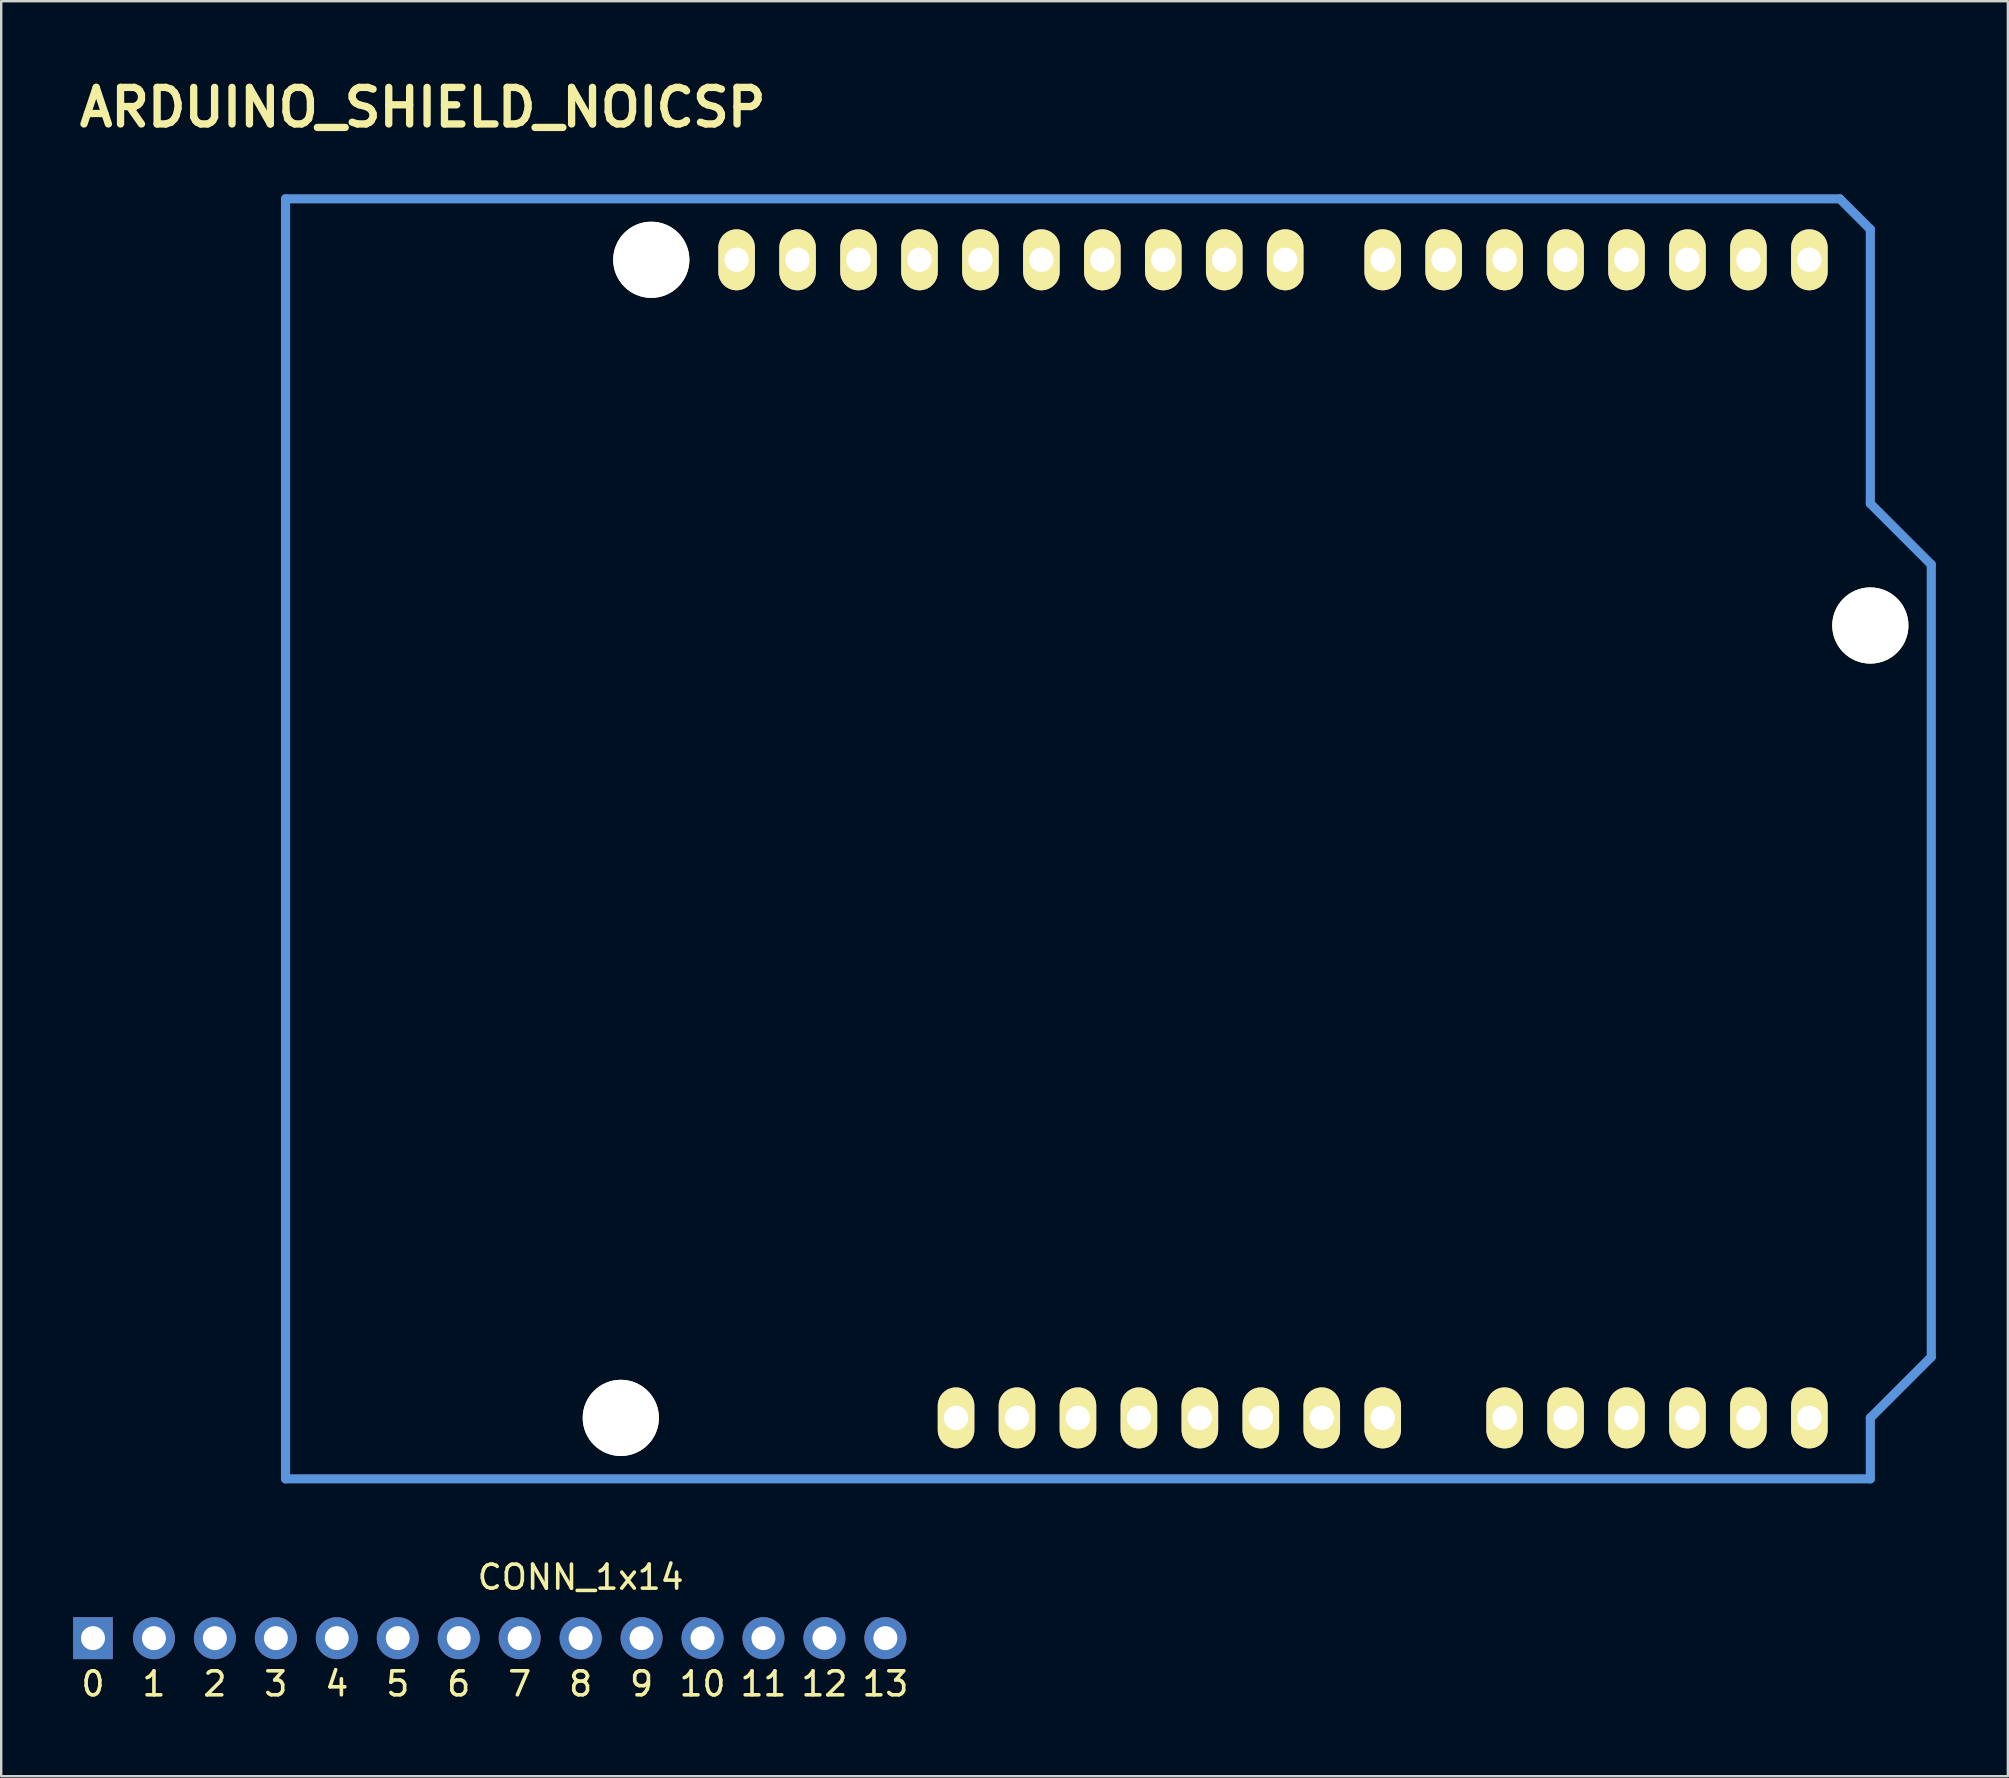
<source format=kicad_pcb>
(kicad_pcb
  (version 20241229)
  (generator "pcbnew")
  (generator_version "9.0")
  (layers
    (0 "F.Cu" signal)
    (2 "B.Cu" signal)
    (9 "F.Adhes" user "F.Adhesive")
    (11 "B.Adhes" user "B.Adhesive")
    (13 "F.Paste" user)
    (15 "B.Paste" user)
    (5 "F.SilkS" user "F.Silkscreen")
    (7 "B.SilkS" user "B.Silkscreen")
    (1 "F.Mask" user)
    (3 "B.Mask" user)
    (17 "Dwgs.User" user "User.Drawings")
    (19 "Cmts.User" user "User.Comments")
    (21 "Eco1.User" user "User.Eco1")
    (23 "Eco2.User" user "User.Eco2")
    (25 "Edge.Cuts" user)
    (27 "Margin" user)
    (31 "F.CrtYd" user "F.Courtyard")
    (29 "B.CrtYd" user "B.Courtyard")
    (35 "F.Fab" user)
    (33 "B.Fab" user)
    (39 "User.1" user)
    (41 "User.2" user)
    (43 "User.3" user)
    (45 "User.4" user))
  (footprint "CONN_1x14"
    (layer "F.Cu")
    (at 17.335 65.215)
    (property "Reference" "CONN_1x14" (at 3.81 -2.54 0) (layer "F.SilkS") (effects (font (size 1 1) (thickness 0.15))))
    (attr through_hole)
    (fp_text user "0" (at -16.51 1.905 0) (layer "F.SilkS") (effects (font (size 1 1) (thickness 0.15))))
    (fp_text user "9" (at 6.35 1.905 0) (layer "F.SilkS") (effects (font (size 1 1) (thickness 0.15))))
    (fp_text user "13" (at 16.51 1.905 0) (layer "F.SilkS") (effects (font (size 1 1) (thickness 0.15))))
    (fp_text user "11" (at 11.43 1.905 0) (layer "F.SilkS") (effects (font (size 1 1) (thickness 0.15))))
    (fp_text user "1" (at -13.97 1.905 0) (layer "F.SilkS") (effects (font (size 1 1) (thickness 0.15))))
    (fp_text user "8" (at 3.81 1.905 0) (layer "F.SilkS") (effects (font (size 1 1) (thickness 0.15))))
    (fp_text user "7" (at 1.27 1.905 0) (layer "F.SilkS") (effects (font (size 1 1) (thickness 0.15))))
    (fp_text user "12" (at 13.97 1.905 0) (layer "F.SilkS") (effects (font (size 1 1) (thickness 0.15))))
    (fp_text user "4" (at -6.35 1.905 0) (layer "F.SilkS") (effects (font (size 1 1) (thickness 0.15))))
    (fp_text user "10" (at 8.89 1.905 0) (layer "F.SilkS") (effects (font (size 1 1) (thickness 0.15))))
    (fp_text user "6" (at -1.27 1.905 0) (layer "F.SilkS") (effects (font (size 1 1) (thickness 0.15))))
    (fp_text user "2" (at -11.43 1.905 0) (layer "F.SilkS") (effects (font (size 1 1) (thickness 0.15))))
    (fp_text user "5" (at -3.81 1.905 0) (layer "F.SilkS") (effects (font (size 1 1) (thickness 0.15))))
    (fp_text user "3" (at -8.89 1.905 0) (layer "F.SilkS") (effects (font (size 1 1) (thickness 0.15))))
    (pad "1" thru_hole rect (at -16.51 0) (size 1.65 1.75) (drill 1) (layers "*.Cu" "*.Mask"))
    (pad "2" thru_hole circle (at -13.97 0) (size 1.75 1.75) (drill 1) (layers "*.Cu" "*.Mask"))
    (pad "3" thru_hole circle (at -11.43 0) (size 1.75 1.75) (drill 1) (layers "*.Cu" "*.Mask"))
    (pad "4" thru_hole circle (at -8.89 0) (size 1.75 1.75) (drill 1) (layers "*.Cu" "*.Mask"))
    (pad "5" thru_hole circle (at -6.35 0) (size 1.75 1.75) (drill 1) (layers "*.Cu" "*.Mask"))
    (pad "6" thru_hole circle (at -3.81 0) (size 1.75 1.75) (drill 1) (layers "*.Cu" "*.Mask"))
    (pad "7" thru_hole circle (at -1.27 0) (size 1.75 1.75) (drill 1) (layers "*.Cu" "*.Mask"))
    (pad "8" thru_hole circle (at 1.27 0) (size 1.75 1.75) (drill 1) (layers "*.Cu" "*.Mask"))
    (pad "9" thru_hole circle (at 3.81 0) (size 1.75 1.75) (drill 1) (layers "*.Cu" "*.Mask"))
    (pad "10" thru_hole circle (at 6.35 0) (size 1.75 1.75) (drill 1) (layers "*.Cu" "*.Mask"))
    (pad "11" thru_hole circle (at 8.89 0) (size 1.75 1.75) (drill 1) (layers "*.Cu" "*.Mask"))
    (pad "12" thru_hole circle (at 11.43 0) (size 1.75 1.75) (drill 1) (layers "*.Cu" "*.Mask"))
    (pad "13" thru_hole circle (at 13.97 0) (size 1.75 1.75) (drill 1) (layers "*.Cu" "*.Mask"))
    (pad "14" thru_hole circle (at 16.51 0) (size 1.75 1.75) (drill 1) (layers "*.Cu" "*.Mask")))
  (footprint "ARDUINO_SHIELD_NOICSP"
    (layer "F.Cu")
    (at 8.85 58.576)
    (property "Reference" "ARDUINO_SHIELD_NOICSP" (at 5.715 -57.15 0) (layer "F.SilkS") (effects (font (size 1.524 1.524) (thickness 0.305))))
    (attr through_hole)
    (fp_line (start 0 0) (end 0 -53.34) (stroke (width 0.381) (type solid)) (layer "Cmts.User"))
    (fp_line (start 64.77 -53.34) (end 0 -53.34) (stroke (width 0.381) (type solid)) (layer "Cmts.User"))
    (fp_line (start 66.04 -52.07) (end 64.77 -53.34) (stroke (width 0.381) (type solid)) (layer "Cmts.User"))
    (fp_line (start 66.04 -40.64) (end 66.04 -52.07) (stroke (width 0.381) (type solid)) (layer "Cmts.User"))
    (fp_line (start 66.04 -40.64) (end 68.58 -38.1) (stroke (width 0.381) (type solid)) (layer "Cmts.User"))
    (fp_line (start 66.04 -2.54) (end 66.04 0) (stroke (width 0.381) (type solid)) (layer "Cmts.User"))
    (fp_line (start 66.04 0) (end 0 0) (stroke (width 0.381) (type solid)) (layer "Cmts.User"))
    (fp_line (start 68.58 -38.1) (end 68.58 -5.08) (stroke (width 0.381) (type solid)) (layer "Cmts.User"))
    (fp_line (start 68.58 -5.08) (end 66.04 -2.54) (stroke (width 0.381) (type solid)) (layer "Cmts.User"))
    (pad "" np_thru_hole circle (at 13.97 -2.54 90) (size 3.175 3.175) (drill 3.175) (layers "*.Cu" "*.Mask" "F.SilkS"))
    (pad "" np_thru_hole circle (at 15.24 -50.8 90) (size 3.175 3.175) (drill 3.175) (layers "*.Cu" "*.Mask" "F.SilkS"))
    (pad "" np_thru_hole circle (at 66.04 -35.56 90) (size 3.175 3.175) (drill 3.175) (layers "*.Cu" "*.Mask" "F.SilkS"))
    (pad "0" thru_hole oval (at 63.5 -50.8 90) (size 2.54 1.524) (drill 1.016) (layers "*.Cu" "*.Mask" "F.SilkS"))
    (pad "1" thru_hole oval (at 60.96 -50.8 90) (size 2.54 1.524) (drill 1.016) (layers "*.Cu" "*.Mask" "F.SilkS"))
    (pad "2" thru_hole oval (at 58.42 -50.8 90) (size 2.54 1.524) (drill 1.016) (layers "*.Cu" "*.Mask" "F.SilkS"))
    (pad "3" thru_hole oval (at 55.88 -50.8 90) (size 2.54 1.524) (drill 1.016) (layers "*.Cu" "*.Mask" "F.SilkS"))
    (pad "3V3" thru_hole oval (at 35.56 -2.54 90) (size 2.54 1.524) (drill 1.016) (layers "*.Cu" "*.Mask" "F.SilkS"))
    (pad "4" thru_hole oval (at 53.34 -50.8 90) (size 2.54 1.524) (drill 1.016) (layers "*.Cu" "*.Mask" "F.SilkS"))
    (pad "5" thru_hole oval (at 50.8 -50.8 90) (size 2.54 1.524) (drill 1.016) (layers "*.Cu" "*.Mask" "F.SilkS"))
    (pad "5V" thru_hole oval (at 38.1 -2.54 90) (size 2.54 1.524) (drill 1.016) (layers "*.Cu" "*.Mask" "F.SilkS"))
    (pad "6" thru_hole oval (at 48.26 -50.8 90) (size 2.54 1.524) (drill 1.016) (layers "*.Cu" "*.Mask" "F.SilkS"))
    (pad "7" thru_hole oval (at 45.72 -50.8 90) (size 2.54 1.524) (drill 1.016) (layers "*.Cu" "*.Mask" "F.SilkS"))
    (pad "8" thru_hole oval (at 41.656 -50.8 90) (size 2.54 1.524) (drill 1.016) (layers "*.Cu" "*.Mask" "F.SilkS"))
    (pad "9" thru_hole oval (at 39.116 -50.8 90) (size 2.54 1.524) (drill 1.016) (layers "*.Cu" "*.Mask" "F.SilkS"))
    (pad "10" thru_hole oval (at 36.576 -50.8 90) (size 2.54 1.524) (drill 1.016) (layers "*.Cu" "*.Mask" "F.SilkS"))
    (pad "11" thru_hole oval (at 34.036 -50.8 90) (size 2.54 1.524) (drill 1.016) (layers "*.Cu" "*.Mask" "F.SilkS"))
    (pad "12" thru_hole oval (at 31.496 -50.8 90) (size 2.54 1.524) (drill 1.016) (layers "*.Cu" "*.Mask" "F.SilkS"))
    (pad "13" thru_hole oval (at 28.956 -50.8 90) (size 2.54 1.524) (drill 1.016) (layers "*.Cu" "*.Mask" "F.SilkS"))
    (pad "AD0" thru_hole oval (at 50.8 -2.54 90) (size 2.54 1.524) (drill 1.016) (layers "*.Cu" "*.Mask" "F.SilkS"))
    (pad "AD1" thru_hole oval (at 53.34 -2.54 90) (size 2.54 1.524) (drill 1.016) (layers "*.Cu" "*.Mask" "F.SilkS"))
    (pad "AD2" thru_hole oval (at 55.88 -2.54 90) (size 2.54 1.524) (drill 1.016) (layers "*.Cu" "*.Mask" "F.SilkS"))
    (pad "AD3" thru_hole oval (at 58.42 -2.54 90) (size 2.54 1.524) (drill 1.016) (layers "*.Cu" "*.Mask" "F.SilkS"))
    (pad "AD4" thru_hole oval (at 60.96 -2.54 90) (size 2.54 1.524) (drill 1.016) (layers "*.Cu" "*.Mask" "F.SilkS"))
    (pad "AD5" thru_hole oval (at 63.5 -2.54 90) (size 2.54 1.524) (drill 1.016) (layers "*.Cu" "*.Mask" "F.SilkS"))
    (pad "AREF" thru_hole oval (at 23.876 -50.8 90) (size 2.54 1.524) (drill 1.016) (layers "*.Cu" "*.Mask" "F.SilkS"))
    (pad "GND1" thru_hole oval (at 40.64 -2.54 90) (size 2.54 1.524) (drill 1.016) (layers "*.Cu" "*.Mask" "F.SilkS"))
    (pad "GND2" thru_hole oval (at 43.18 -2.54 90) (size 2.54 1.524) (drill 1.016) (layers "*.Cu" "*.Mask" "F.SilkS"))
    (pad "GND3" thru_hole oval (at 26.416 -50.8 90) (size 2.54 1.524) (drill 1.016) (layers "*.Cu" "*.Mask" "F.SilkS"))
    (pad "IO_R" thru_hole oval (at 30.48 -2.54 90) (size 2.54 1.524) (drill 1.016) (layers "*.Cu" "*.Mask" "F.SilkS"))
    (pad "NC" thru_hole oval (at 27.94 -2.54 90) (size 2.54 1.524) (drill 1.016) (layers "*.Cu" "*.Mask" "F.SilkS"))
    (pad "RST" thru_hole oval (at 33.02 -2.54 90) (size 2.54 1.524) (drill 1.016) (layers "*.Cu" "*.Mask" "F.SilkS"))
    (pad "SCL" thru_hole oval (at 18.796 -50.8 90) (size 2.54 1.524) (drill 1.016) (layers "*.Cu" "*.Mask" "F.SilkS"))
    (pad "SDA" thru_hole oval (at 21.336 -50.8 90) (size 2.54 1.524) (drill 1.016) (layers "*.Cu" "*.Mask" "F.SilkS"))
    (pad "V_IN" thru_hole oval (at 45.72 -2.54 90) (size 2.54 1.524) (drill 1.016) (layers "*.Cu" "*.Mask" "F.SilkS")))
  (gr_rect
    (start -3 -3)
    (end 80.621 70.968)
    (stroke (width 0.1) (type default))
    (fill no)
    (layer "Edge.Cuts")))
</source>
